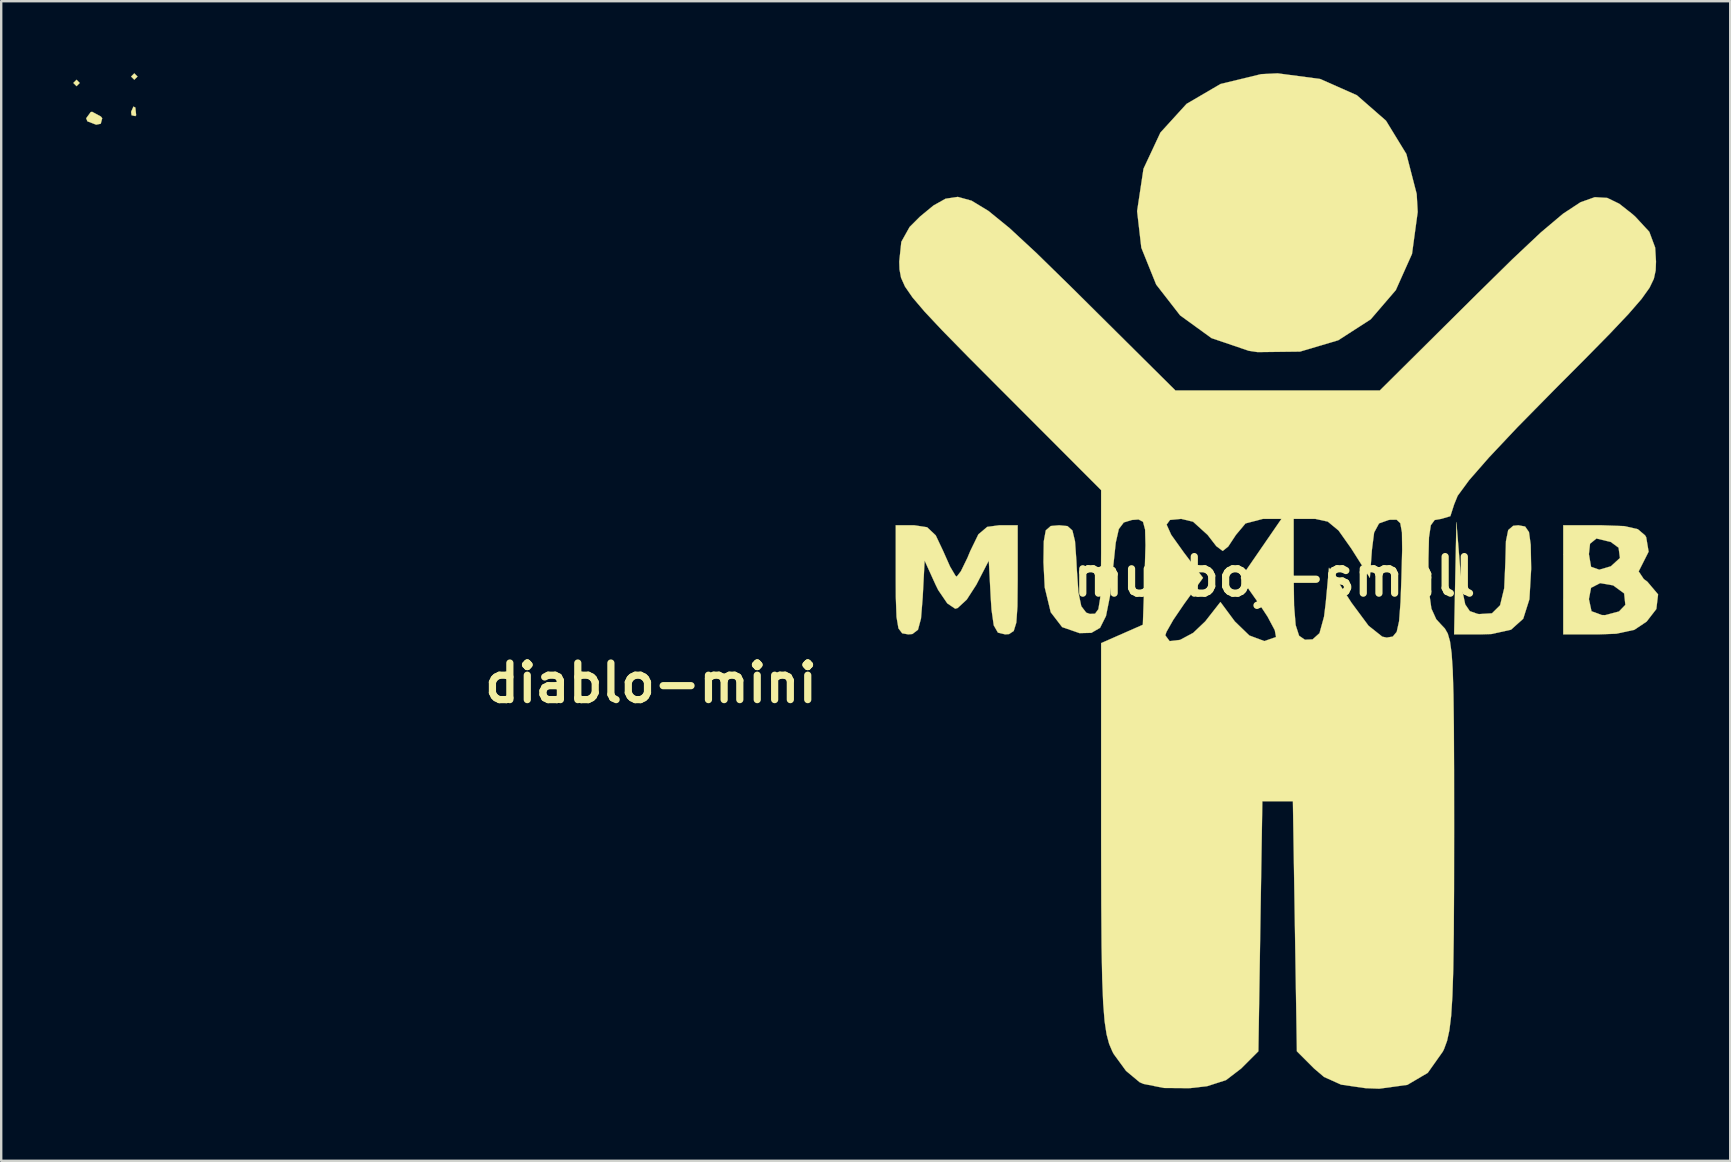
<source format=kicad_pcb>
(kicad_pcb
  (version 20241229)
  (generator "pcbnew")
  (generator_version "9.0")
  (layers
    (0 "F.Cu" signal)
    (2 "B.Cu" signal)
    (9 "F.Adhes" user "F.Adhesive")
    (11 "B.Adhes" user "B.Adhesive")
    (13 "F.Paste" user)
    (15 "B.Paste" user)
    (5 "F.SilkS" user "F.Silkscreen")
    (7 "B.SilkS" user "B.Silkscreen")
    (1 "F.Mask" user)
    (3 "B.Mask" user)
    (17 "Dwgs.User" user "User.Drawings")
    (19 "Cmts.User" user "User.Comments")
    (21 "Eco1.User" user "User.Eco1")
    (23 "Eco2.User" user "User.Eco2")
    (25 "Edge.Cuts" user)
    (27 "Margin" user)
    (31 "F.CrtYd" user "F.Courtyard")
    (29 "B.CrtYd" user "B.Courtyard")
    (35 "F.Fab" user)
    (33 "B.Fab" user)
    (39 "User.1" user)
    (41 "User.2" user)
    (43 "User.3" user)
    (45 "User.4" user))
  (footprint "muxboy-small"
    (layer "F.Cu")
    (at 50.04 20.971)
    (property "Reference" "muxboy-small" (at 0 0 0) (layer "F.SilkS") (effects (font (size 1.524 1.524) (thickness 0.3))))
    (attr through_hole)
    (fp_poly (pts (xy 1.911 -20.729) (xy 3.434 -20.054) (xy 4.648 -18.994) (xy 5.497 -17.606) (xy 5.927 -15.941) (xy 5.969 -15.19) (xy 5.732 -13.444) (xy 5.057 -11.935) (xy 4.012 -10.719) (xy 2.66 -9.847) (xy 1.067 -9.374) (xy -0.701 -9.353) (xy -1.069 -9.408) (xy -2.621 -9.936) (xy -3.929 -10.884) (xy -4.926 -12.167) (xy -5.544 -13.7) (xy -5.72 -15.226) (xy -5.454 -16.991) (xy -4.749 -18.498) (xy -3.66 -19.694) (xy -2.243 -20.523) (xy -0.554 -20.932) (xy 0.134 -20.966) (xy 1.911 -20.729)) (stroke (width 0.01) (type solid)) (fill yes) (layer "F.SilkS"))
    (fp_poly (pts (xy 7.734 -0.401) (xy 7.83 0.585) (xy 7.949 1.157) (xy 8.14 1.438) (xy 8.453 1.549) (xy 8.526 1.561) (xy 9.064 1.528) (xy 9.401 1.194) (xy 9.573 0.482) (xy 9.621 -0.602) (xy 9.645 -1.475) (xy 9.739 -1.939) (xy 9.947 -2.117) (xy 10.16 -2.139) (xy 10.444 -2.087) (xy 10.605 -1.856) (xy 10.677 -1.328) (xy 10.695 -0.39) (xy 10.695 -0.309) (xy 10.623 0.942) (xy 10.365 1.755) (xy 9.857 2.211) (xy 9.037 2.392) (xy 8.602 2.406) (xy 7.486 2.406) (xy 7.581 -2.273) (xy 7.734 -0.401)) (stroke (width 0.01) (type solid)) (fill yes) (layer "F.SilkS"))
    (fp_poly (pts (xy 14.579 -2.104) (xy 15.139 -1.976) (xy 15.442 -1.718) (xy 15.488 -1.641) (xy 15.589 -1.04) (xy 15.39 -0.645) (xy 15.174 -0.218) (xy 15.387 0.101) (xy 15.534 0.209) (xy 15.983 0.74) (xy 15.91 1.35) (xy 15.507 1.872) (xy 14.992 2.217) (xy 14.239 2.379) (xy 13.502 2.406) (xy 12.032 2.406) (xy 12.032 0.936) (xy 13.101 0.936) (xy 13.21 1.442) (xy 13.64 1.601) (xy 13.778 1.604) (xy 14.354 1.452) (xy 14.619 1.176) (xy 14.569 0.7) (xy 14.112 0.365) (xy 13.569 0.271) (xy 13.191 0.466) (xy 13.101 0.936) (xy 12.032 0.936) (xy 12.032 -0.936) (xy 13.101 -0.936) (xy 13.191 -0.408) (xy 13.533 -0.289) (xy 14.015 -0.43) (xy 14.394 -0.776) (xy 14.337 -1.205) (xy 14.015 -1.442) (xy 13.416 -1.588) (xy 13.148 -1.37) (xy 13.101 -0.936) (xy 12.032 -0.936) (xy 12.032 -2.139) (xy 13.626 -2.139) (xy 14.579 -2.104)) (stroke (width 0.01) (type solid)) (fill yes) (layer "F.SilkS"))
    (fp_poly (pts (xy -14.468 -2.057) (xy -14.108 -1.718) (xy -13.801 -1.069) (xy -13.511 -0.417) (xy -13.287 -0.038) (xy -13.235 0) (xy -13.061 -0.224) (xy -12.787 -0.786) (xy -12.669 -1.069) (xy -12.332 -1.762) (xy -11.964 -2.072) (xy -11.468 -2.139) (xy -10.695 -2.139) (xy -10.695 0.134) (xy -10.705 1.24) (xy -10.752 1.916) (xy -10.86 2.265) (xy -11.053 2.393) (xy -11.216 2.406) (xy -11.518 2.333) (xy -11.692 2.031) (xy -11.785 1.379) (xy -11.818 0.869) (xy -11.898 -0.668) (xy -12.415 0.334) (xy -12.816 0.957) (xy -13.196 1.308) (xy -13.298 1.337) (xy -13.628 1.114) (xy -14.007 0.558) (xy -14.117 0.334) (xy -14.572 -0.668) (xy -14.652 0.869) (xy -14.723 1.748) (xy -14.849 2.214) (xy -15.079 2.39) (xy -15.253 2.406) (xy -15.507 2.361) (xy -15.662 2.155) (xy -15.742 1.684) (xy -15.772 0.845) (xy -15.775 0.134) (xy -15.775 -2.139) (xy -15.002 -2.139) (xy -14.468 -2.057)) (stroke (width 0.01) (type solid)) (fill yes) (layer "F.SilkS"))
    (fp_poly (pts (xy -12.614 -15.66) (xy -11.916 -15.236) (xy -11.036 -14.52) (xy -9.915 -13.481) (xy -8.494 -12.092) (xy -8.163 -11.764) (xy -4.123 -7.754) (xy 4.39 -7.754) (xy 8.431 -11.764) (xy 9.92 -13.228) (xy 11.097 -14.336) (xy 12.022 -15.116) (xy 12.752 -15.596) (xy 13.347 -15.807) (xy 13.866 -15.776) (xy 14.367 -15.533) (xy 14.909 -15.106) (xy 15.029 -15) (xy 15.617 -14.365) (xy 15.861 -13.708) (xy 15.896 -13.125) (xy 15.882 -12.754) (xy 15.807 -12.409) (xy 15.626 -12.032) (xy 15.292 -11.565) (xy 14.758 -10.949) (xy 13.978 -10.124) (xy 12.906 -9.034) (xy 11.691 -7.815) (xy 10.121 -6.22) (xy 8.934 -4.96) (xy 8.11 -4.017) (xy 7.634 -3.368) (xy 7.486 -3.005) (xy 7.33 -2.518) (xy 6.952 -2.406) (xy 6.676 -2.358) (xy 6.515 -2.139) (xy 6.439 -1.636) (xy 6.417 -0.739) (xy 6.417 -0.442) (xy 6.443 0.64) (xy 6.54 1.332) (xy 6.741 1.775) (xy 6.952 2.005) (xy 7.102 2.163) (xy 7.222 2.373) (xy 7.314 2.694) (xy 7.381 3.184) (xy 7.429 3.904) (xy 7.459 4.913) (xy 7.476 6.268) (xy 7.484 8.031) (xy 7.486 10.26) (xy 7.486 10.669) (xy 7.483 13.017) (xy 7.472 14.891) (xy 7.451 16.355) (xy 7.415 17.469) (xy 7.363 18.297) (xy 7.289 18.899) (xy 7.193 19.337) (xy 7.069 19.675) (xy 7.018 19.782) (xy 6.388 20.672) (xy 5.537 21.173) (xy 4.367 21.332) (xy 3.793 21.31) (xy 2.778 21.163) (xy 2.067 20.843) (xy 1.654 20.492) (xy 0.936 19.774) (xy 0.853 14.566) (xy 0.77 9.358) (xy -0.503 9.358) (xy -0.586 14.566) (xy -0.668 19.774) (xy -1.386 20.492) (xy -2.017 20.975) (xy -2.805 21.228) (xy -3.525 21.31) (xy -4.602 21.302) (xy -5.452 21.133) (xy -5.615 21.063) (xy -6.182 20.589) (xy -6.695 19.887) (xy -6.751 19.782) (xy -6.886 19.463) (xy -6.992 19.064) (xy -7.074 18.522) (xy -7.133 17.776) (xy -7.174 16.761) (xy -7.2 15.416) (xy -7.213 13.678) (xy -7.218 11.485) (xy -7.219 10.81) (xy -7.219 2.77) (xy -6.483 2.446) (xy -4.545 2.446) (xy -4.366 2.687) (xy -3.929 2.635) (xy -3.383 2.342) (xy -2.882 1.865) (xy -2.249 1.057) (xy -1.651 1.865) (xy -1.044 2.452) (xy -0.42 2.685) (xy 0.067 2.517) (xy 0.015 2.231) (xy -0.287 1.665) (xy -0.588 1.208) (xy -1.401 0.055) (xy -0.554 -1.175) (xy 0.293 -2.406) (xy 0.802 -2.406) (xy 0.802 -0.045) (xy 0.819 1.211) (xy 0.885 2.019) (xy 1.028 2.463) (xy 1.271 2.629) (xy 1.591 2.614) (xy 1.878 2.356) (xy 2.067 1.67) (xy 2.139 1.082) (xy 2.273 -0.372) (xy 3.208 1.084) (xy 3.92 2.045) (xy 4.493 2.501) (xy 4.679 2.54) (xy 4.931 2.497) (xy 5.094 2.302) (xy 5.194 1.856) (xy 5.254 1.058) (xy 5.291 0.047) (xy 5.322 -1.116) (xy 5.313 -1.841) (xy 5.243 -2.227) (xy 5.09 -2.371) (xy 4.832 -2.37) (xy 4.756 -2.359) (xy 4.359 -2.217) (xy 4.154 -1.837) (xy 4.061 -1.11) (xy 3.977 0.052) (xy 3.198 -1.177) (xy 2.672 -1.921) (xy 2.224 -2.292) (xy 1.706 -2.405) (xy 1.61 -2.406) (xy 0.802 -2.406) (xy 0.293 -2.406) (xy -0.477 -2.406) (xy -1.204 -2.216) (xy -1.604 -1.738) (xy -1.924 -1.253) (xy -2.153 -1.069) (xy -2.421 -1.269) (xy -2.783 -1.738) (xy -3.388 -2.287) (xy -3.883 -2.406) (xy -4.349 -2.361) (xy -4.491 -2.168) (xy -4.3 -1.743) (xy -3.769 -0.999) (xy -3.752 -0.977) (xy -2.974 0.051) (xy -3.76 1.135) (xy -4.214 1.803) (xy -4.497 2.302) (xy -4.545 2.446) (xy -6.483 2.446) (xy -6.35 2.388) (xy -5.481 2.005) (xy -5.403 -0.221) (xy -5.371 -1.306) (xy -5.387 -1.959) (xy -5.474 -2.284) (xy -5.661 -2.381) (xy -5.938 -2.36) (xy -6.275 -2.256) (xy -6.482 -1.983) (xy -6.61 -1.414) (xy -6.703 -0.535) (xy -6.843 0.778) (xy -7.016 1.639) (xy -7.263 2.133) (xy -7.624 2.342) (xy -8.117 2.354) (xy -8.843 2.103) (xy -9.318 1.485) (xy -9.568 0.452) (xy -9.621 -0.602) (xy -9.608 -1.468) (xy -9.525 -1.927) (xy -9.318 -2.108) (xy -8.969 -2.139) (xy -8.619 -2.105) (xy -8.415 -1.923) (xy -8.307 -1.475) (xy -8.248 -0.643) (xy -8.234 -0.337) (xy -8.165 0.659) (xy -8.045 1.233) (xy -7.841 1.499) (xy -7.687 1.554) (xy -7.472 1.545) (xy -7.334 1.357) (xy -7.258 0.897) (xy -7.225 0.073) (xy -7.219 -0.98) (xy -7.219 -3.603) (xy -11.424 -7.815) (xy -12.79 -9.187) (xy -13.823 -10.241) (xy -14.57 -11.036) (xy -15.076 -11.63) (xy -15.389 -12.083) (xy -15.554 -12.452) (xy -15.618 -12.797) (xy -15.629 -13.125) (xy -15.542 -13.948) (xy -15.196 -14.567) (xy -14.762 -15) (xy -14.204 -15.46) (xy -13.699 -15.743) (xy -13.189 -15.819) (xy -12.614 -15.66)) (stroke (width 0.01) (type solid)) (fill yes) (layer "F.SilkS")))
  (footprint "diablo-mini"
    (layer "F.Cu")
    (at 24.068 25.405)
    (property "Reference" "diablo-mini" (at 0 0 0) (layer "F.SilkS") (effects (font (size 1.524 1.524) (thickness 0.3))))
    (attr through_hole)
    (fp_poly (pts (xy -23.796 -24.999) (xy -23.929 -24.865) (xy -24.063 -24.999) (xy -23.929 -25.133) (xy -23.796 -24.999)) (stroke (width 0.01) (type solid)) (fill yes) (layer "F.SilkS"))
    (fp_poly (pts (xy -21.389 -25.266) (xy -21.523 -25.133) (xy -21.657 -25.266) (xy -21.523 -25.4) (xy -21.389 -25.266)) (stroke (width 0.01) (type solid)) (fill yes) (layer "F.SilkS"))
    (fp_poly (pts (xy -21.479 -23.974) (xy -21.447 -23.657) (xy -21.479 -23.618) (xy -21.638 -23.654) (xy -21.657 -23.796) (xy -21.559 -24.016) (xy -21.479 -23.974)) (stroke (width 0.01) (type solid)) (fill yes) (layer "F.SilkS"))
    (fp_poly (pts (xy -22.915 -23.601) (xy -22.86 -23.528) (xy -22.921 -23.3) (xy -23.112 -23.261) (xy -23.477 -23.401) (xy -23.528 -23.528) (xy -23.337 -23.788) (xy -23.277 -23.796) (xy -22.915 -23.601)) (stroke (width 0.01) (type solid)) (fill yes) (layer "F.SilkS")))
  (gr_rect
    (start -3 -3)
    (end 69.028 45.308)
    (stroke (width 0.1) (type default))
    (fill no)
    (layer "Edge.Cuts")))
</source>
